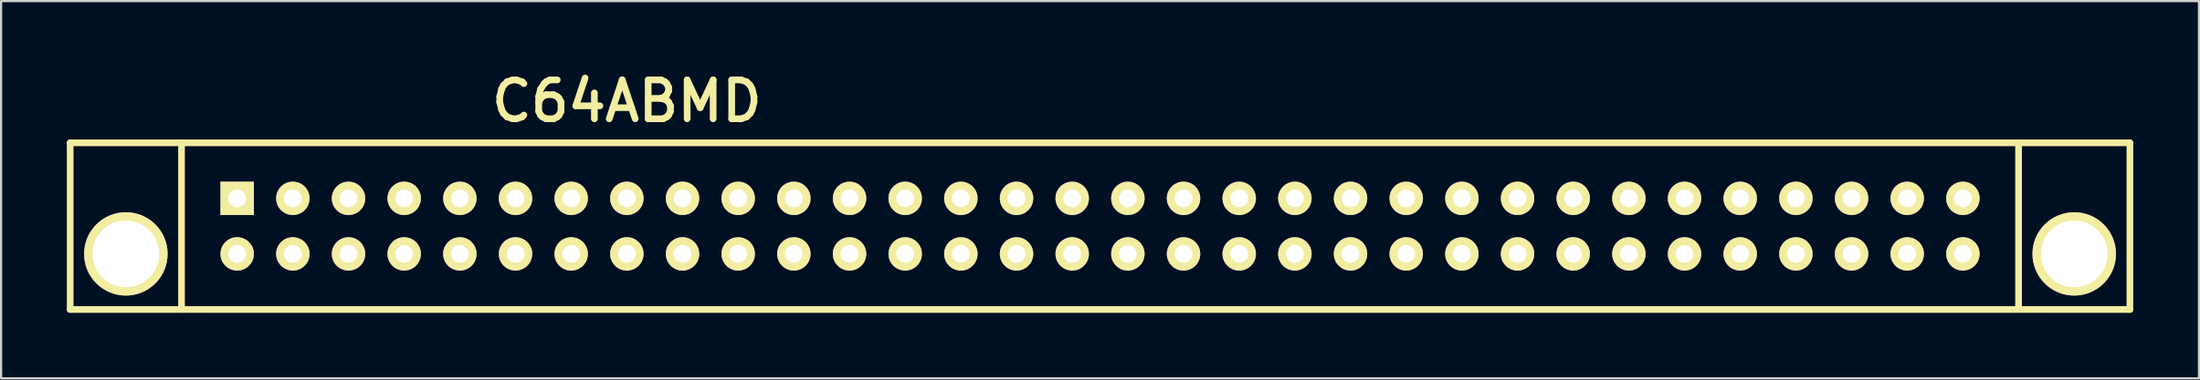
<source format=kicad_pcb>
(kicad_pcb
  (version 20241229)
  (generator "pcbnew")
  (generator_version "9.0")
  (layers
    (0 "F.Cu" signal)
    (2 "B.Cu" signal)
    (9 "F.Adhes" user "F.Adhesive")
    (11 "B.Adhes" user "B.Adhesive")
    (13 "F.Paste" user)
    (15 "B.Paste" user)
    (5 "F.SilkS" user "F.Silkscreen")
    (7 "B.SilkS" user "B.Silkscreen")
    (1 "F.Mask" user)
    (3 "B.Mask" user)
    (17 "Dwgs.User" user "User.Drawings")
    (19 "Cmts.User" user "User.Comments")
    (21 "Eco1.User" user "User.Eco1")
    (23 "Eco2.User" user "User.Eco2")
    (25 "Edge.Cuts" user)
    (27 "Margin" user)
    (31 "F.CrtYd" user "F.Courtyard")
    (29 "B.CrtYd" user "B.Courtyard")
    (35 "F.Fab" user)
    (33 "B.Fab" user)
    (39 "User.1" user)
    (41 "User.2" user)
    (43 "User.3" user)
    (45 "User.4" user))
  (footprint "C64ABMD"
    (layer "F.Cu")
    (at 47.142 7.29)
    (property "Reference" "C64ABMD" (at -21.59 -5.715 0) (layer "F.SilkS") (effects (font (size 1.778 1.778) (thickness 0.305))))
    (attr through_hole)
    (fp_line (start -46.99 -3.81) (end 46.99 -3.81) (stroke (width 0.305) (type solid)) (layer "F.SilkS"))
    (fp_line (start -46.99 3.81) (end -46.99 -3.81) (stroke (width 0.305) (type solid)) (layer "F.SilkS"))
    (fp_line (start -46.99 3.81) (end 46.99 3.81) (stroke (width 0.305) (type solid)) (layer "F.SilkS"))
    (fp_line (start -41.91 3.81) (end -41.91 -3.81) (stroke (width 0.305) (type solid)) (layer "F.SilkS"))
    (fp_line (start 41.91 3.81) (end 41.91 -3.81) (stroke (width 0.305) (type solid)) (layer "F.SilkS"))
    (fp_line (start 46.99 -3.81) (end 46.99 3.81) (stroke (width 0.305) (type solid)) (layer "F.SilkS"))
    (pad "65" thru_hole circle (at -44.45 1.27) (size 3.81 3.81) (drill 3.048) (layers "*.Cu" "*.Mask" "F.SilkS"))
    (pad "66" thru_hole circle (at 44.45 1.27) (size 3.81 3.81) (drill 3.048) (layers "*.Cu" "*.Mask" "F.SilkS"))
    (pad "A1" thru_hole rect (at -39.37 -1.27) (size 1.524 1.524) (drill 0.813) (layers "*.Cu" "*.Mask" "F.SilkS"))
    (pad "A2" thru_hole circle (at -36.83 -1.27) (size 1.524 1.524) (drill 0.813) (layers "*.Cu" "*.Mask" "F.SilkS"))
    (pad "A3" thru_hole circle (at -34.29 -1.27) (size 1.524 1.524) (drill 0.813) (layers "*.Cu" "*.Mask" "F.SilkS"))
    (pad "A4" thru_hole circle (at -31.75 -1.27) (size 1.524 1.524) (drill 0.813) (layers "*.Cu" "*.Mask" "F.SilkS"))
    (pad "A5" thru_hole circle (at -29.21 -1.27) (size 1.524 1.524) (drill 0.813) (layers "*.Cu" "*.Mask" "F.SilkS"))
    (pad "A6" thru_hole circle (at -26.67 -1.27) (size 1.524 1.524) (drill 0.813) (layers "*.Cu" "*.Mask" "F.SilkS"))
    (pad "A7" thru_hole circle (at -24.13 -1.27) (size 1.524 1.524) (drill 0.813) (layers "*.Cu" "*.Mask" "F.SilkS"))
    (pad "A8" thru_hole circle (at -21.59 -1.27) (size 1.524 1.524) (drill 0.813) (layers "*.Cu" "*.Mask" "F.SilkS"))
    (pad "A9" thru_hole circle (at -19.05 -1.27) (size 1.524 1.524) (drill 0.813) (layers "*.Cu" "*.Mask" "F.SilkS"))
    (pad "A10" thru_hole circle (at -16.51 -1.27) (size 1.524 1.524) (drill 0.813) (layers "*.Cu" "*.Mask" "F.SilkS"))
    (pad "A11" thru_hole circle (at -13.97 -1.27) (size 1.524 1.524) (drill 0.813) (layers "*.Cu" "*.Mask" "F.SilkS"))
    (pad "A12" thru_hole circle (at -11.43 -1.27) (size 1.524 1.524) (drill 0.813) (layers "*.Cu" "*.Mask" "F.SilkS"))
    (pad "A13" thru_hole circle (at -8.89 -1.27) (size 1.524 1.524) (drill 0.813) (layers "*.Cu" "*.Mask" "F.SilkS"))
    (pad "A14" thru_hole circle (at -6.35 -1.27) (size 1.524 1.524) (drill 0.813) (layers "*.Cu" "*.Mask" "F.SilkS"))
    (pad "A15" thru_hole circle (at -3.81 -1.27) (size 1.524 1.524) (drill 0.813) (layers "*.Cu" "*.Mask" "F.SilkS"))
    (pad "A16" thru_hole circle (at -1.27 -1.27) (size 1.524 1.524) (drill 0.813) (layers "*.Cu" "*.Mask" "F.SilkS"))
    (pad "A17" thru_hole circle (at 1.27 -1.27) (size 1.524 1.524) (drill 0.813) (layers "*.Cu" "*.Mask" "F.SilkS"))
    (pad "A18" thru_hole circle (at 3.81 -1.27) (size 1.524 1.524) (drill 0.813) (layers "*.Cu" "*.Mask" "F.SilkS"))
    (pad "A19" thru_hole circle (at 6.35 -1.27) (size 1.524 1.524) (drill 0.813) (layers "*.Cu" "*.Mask" "F.SilkS"))
    (pad "A20" thru_hole circle (at 8.89 -1.27) (size 1.524 1.524) (drill 0.813) (layers "*.Cu" "*.Mask" "F.SilkS"))
    (pad "A21" thru_hole circle (at 11.43 -1.27) (size 1.524 1.524) (drill 0.813) (layers "*.Cu" "*.Mask" "F.SilkS"))
    (pad "A22" thru_hole circle (at 13.97 -1.27) (size 1.524 1.524) (drill 0.813) (layers "*.Cu" "*.Mask" "F.SilkS"))
    (pad "A23" thru_hole circle (at 16.51 -1.27) (size 1.524 1.524) (drill 0.813) (layers "*.Cu" "*.Mask" "F.SilkS"))
    (pad "A24" thru_hole circle (at 19.05 -1.27) (size 1.524 1.524) (drill 0.813) (layers "*.Cu" "*.Mask" "F.SilkS"))
    (pad "A25" thru_hole circle (at 21.59 -1.27) (size 1.524 1.524) (drill 0.813) (layers "*.Cu" "*.Mask" "F.SilkS"))
    (pad "A26" thru_hole circle (at 24.13 -1.27) (size 1.524 1.524) (drill 0.813) (layers "*.Cu" "*.Mask" "F.SilkS"))
    (pad "A27" thru_hole circle (at 26.67 -1.27) (size 1.524 1.524) (drill 0.813) (layers "*.Cu" "*.Mask" "F.SilkS"))
    (pad "A28" thru_hole circle (at 29.21 -1.27) (size 1.524 1.524) (drill 0.813) (layers "*.Cu" "*.Mask" "F.SilkS"))
    (pad "A29" thru_hole circle (at 31.75 -1.27) (size 1.524 1.524) (drill 0.813) (layers "*.Cu" "*.Mask" "F.SilkS"))
    (pad "A30" thru_hole circle (at 34.29 -1.27) (size 1.524 1.524) (drill 0.813) (layers "*.Cu" "*.Mask" "F.SilkS"))
    (pad "A31" thru_hole circle (at 36.83 -1.27) (size 1.524 1.524) (drill 0.813) (layers "*.Cu" "*.Mask" "F.SilkS"))
    (pad "A32" thru_hole circle (at 39.37 -1.27) (size 1.524 1.524) (drill 0.813) (layers "*.Cu" "*.Mask" "F.SilkS"))
    (pad "B1" thru_hole circle (at -39.37 1.27) (size 1.524 1.524) (drill 0.813) (layers "*.Cu" "*.Mask" "F.SilkS"))
    (pad "B2" thru_hole circle (at -36.83 1.27) (size 1.524 1.524) (drill 0.813) (layers "*.Cu" "*.Mask" "F.SilkS"))
    (pad "B3" thru_hole circle (at -34.29 1.27) (size 1.524 1.524) (drill 0.813) (layers "*.Cu" "*.Mask" "F.SilkS"))
    (pad "B4" thru_hole circle (at -31.75 1.27) (size 1.524 1.524) (drill 0.813) (layers "*.Cu" "*.Mask" "F.SilkS"))
    (pad "B5" thru_hole circle (at -29.21 1.27) (size 1.524 1.524) (drill 0.813) (layers "*.Cu" "*.Mask" "F.SilkS"))
    (pad "B6" thru_hole circle (at -26.67 1.27) (size 1.524 1.524) (drill 0.813) (layers "*.Cu" "*.Mask" "F.SilkS"))
    (pad "B7" thru_hole circle (at -24.13 1.27) (size 1.524 1.524) (drill 0.813) (layers "*.Cu" "*.Mask" "F.SilkS"))
    (pad "B8" thru_hole circle (at -21.59 1.27) (size 1.524 1.524) (drill 0.813) (layers "*.Cu" "*.Mask" "F.SilkS"))
    (pad "B9" thru_hole circle (at -19.05 1.27) (size 1.524 1.524) (drill 0.813) (layers "*.Cu" "*.Mask" "F.SilkS"))
    (pad "B10" thru_hole circle (at -16.51 1.27) (size 1.524 1.524) (drill 0.813) (layers "*.Cu" "*.Mask" "F.SilkS"))
    (pad "B11" thru_hole circle (at -13.97 1.27) (size 1.524 1.524) (drill 0.813) (layers "*.Cu" "*.Mask" "F.SilkS"))
    (pad "B12" thru_hole circle (at -11.43 1.27) (size 1.524 1.524) (drill 0.813) (layers "*.Cu" "*.Mask" "F.SilkS"))
    (pad "B13" thru_hole circle (at -8.89 1.27) (size 1.524 1.524) (drill 0.813) (layers "*.Cu" "*.Mask" "F.SilkS"))
    (pad "B14" thru_hole circle (at -6.35 1.27) (size 1.524 1.524) (drill 0.813) (layers "*.Cu" "*.Mask" "F.SilkS"))
    (pad "B15" thru_hole circle (at -3.81 1.27) (size 1.524 1.524) (drill 0.813) (layers "*.Cu" "*.Mask" "F.SilkS"))
    (pad "B16" thru_hole circle (at -1.27 1.27) (size 1.524 1.524) (drill 0.813) (layers "*.Cu" "*.Mask" "F.SilkS"))
    (pad "B17" thru_hole circle (at 1.27 1.27) (size 1.524 1.524) (drill 0.813) (layers "*.Cu" "*.Mask" "F.SilkS"))
    (pad "B18" thru_hole circle (at 3.81 1.27) (size 1.524 1.524) (drill 0.813) (layers "*.Cu" "*.Mask" "F.SilkS"))
    (pad "B19" thru_hole circle (at 6.35 1.27) (size 1.524 1.524) (drill 0.813) (layers "*.Cu" "*.Mask" "F.SilkS"))
    (pad "B20" thru_hole circle (at 8.89 1.27) (size 1.524 1.524) (drill 0.813) (layers "*.Cu" "*.Mask" "F.SilkS"))
    (pad "B21" thru_hole circle (at 11.43 1.27) (size 1.524 1.524) (drill 0.813) (layers "*.Cu" "*.Mask" "F.SilkS"))
    (pad "B22" thru_hole circle (at 13.97 1.27) (size 1.524 1.524) (drill 0.813) (layers "*.Cu" "*.Mask" "F.SilkS"))
    (pad "B23" thru_hole circle (at 16.51 1.27) (size 1.524 1.524) (drill 0.813) (layers "*.Cu" "*.Mask" "F.SilkS"))
    (pad "B24" thru_hole circle (at 19.05 1.27) (size 1.524 1.524) (drill 0.813) (layers "*.Cu" "*.Mask" "F.SilkS"))
    (pad "B25" thru_hole circle (at 21.59 1.27) (size 1.524 1.524) (drill 0.813) (layers "*.Cu" "*.Mask" "F.SilkS"))
    (pad "B26" thru_hole circle (at 24.13 1.27) (size 1.524 1.524) (drill 0.813) (layers "*.Cu" "*.Mask" "F.SilkS"))
    (pad "B27" thru_hole circle (at 26.67 1.27) (size 1.524 1.524) (drill 0.813) (layers "*.Cu" "*.Mask" "F.SilkS"))
    (pad "B28" thru_hole circle (at 29.21 1.27) (size 1.524 1.524) (drill 0.813) (layers "*.Cu" "*.Mask" "F.SilkS"))
    (pad "B29" thru_hole circle (at 31.75 1.27) (size 1.524 1.524) (drill 0.813) (layers "*.Cu" "*.Mask" "F.SilkS"))
    (pad "B30" thru_hole circle (at 34.29 1.27) (size 1.524 1.524) (drill 0.813) (layers "*.Cu" "*.Mask" "F.SilkS"))
    (pad "B31" thru_hole circle (at 36.83 1.27) (size 1.524 1.524) (drill 0.813) (layers "*.Cu" "*.Mask" "F.SilkS"))
    (pad "B32" thru_hole circle (at 39.37 1.27) (size 1.524 1.524) (drill 0.813) (layers "*.Cu" "*.Mask" "F.SilkS")))
  (gr_rect
    (start -3 -3)
    (end 97.285 14.252)
    (stroke (width 0.1) (type default))
    (fill no)
    (layer "Edge.Cuts")))
</source>
